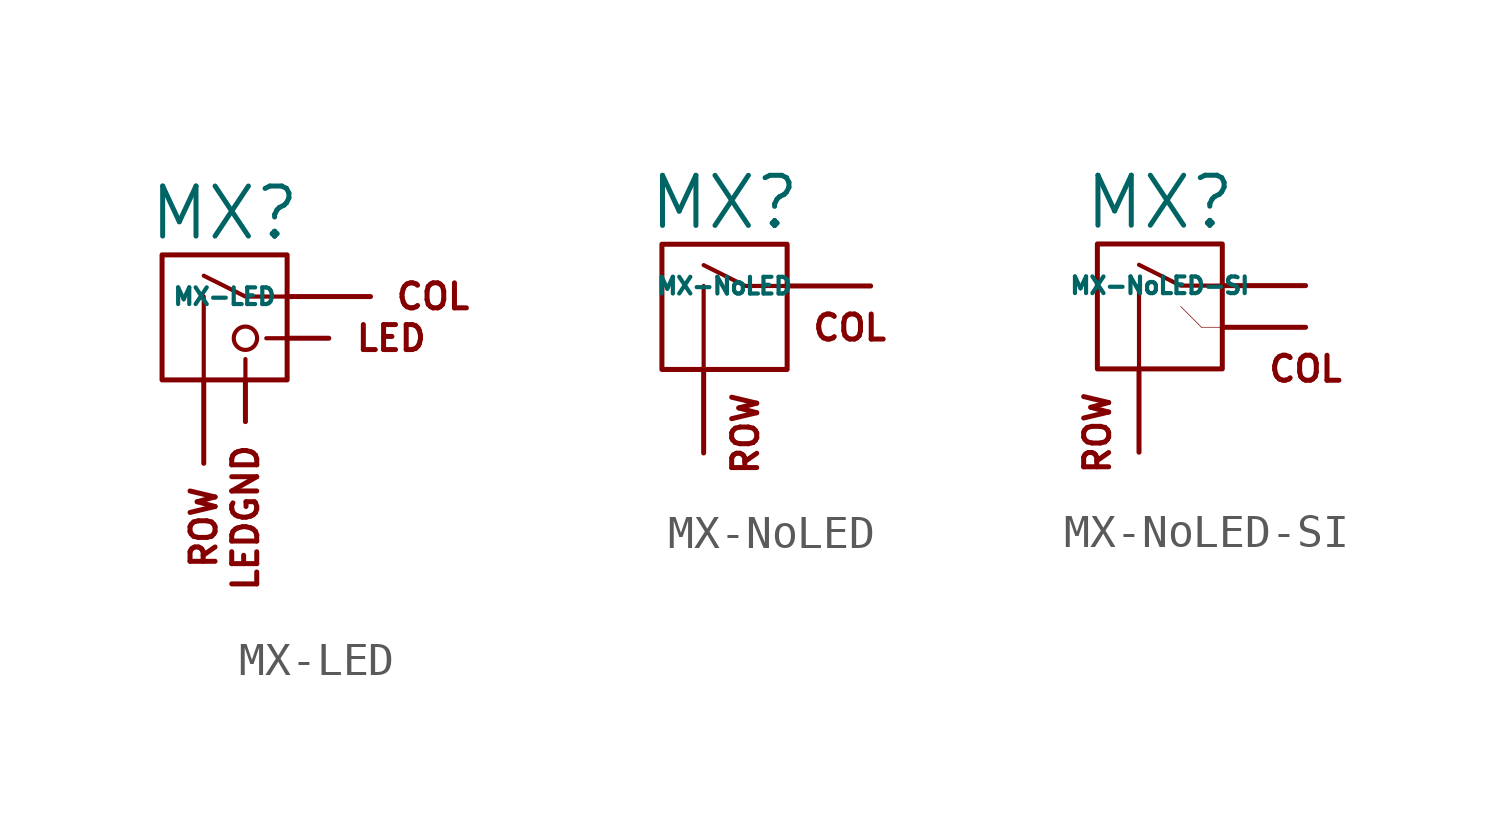
<source format=kicad_sym>
(kicad_symbol_lib
  (version 20201005)
  (generator kicad_symbol_editor)
  (symbol "MX_Alps_Hybrid:MX-LED"
    (pin_names
      (offset 1.016))
    (property "Reference" "MX"
      (at -0.635 3.81 0)
      (effects (font (size 1.524 1.524))))
    (property "Value" "MX-LED"
      (at -0.635 1.27 0)
      (effects (font (size 0.508 0.508))))
    (symbol "MX-LED_0_0"
      (circle (center 0 0) (radius 0.356) (stroke (width 0.127)) (fill (type none)))
      (text "COL" (at 5.715 1.27 0) (effects (font (size 0.762 0.762))))
      (text "LED" (at 4.445 0 0) (effects (font (size 0.762 0.762))))
      (text "ROW" (at -1.27 -4.445 900) (effects (font (size 0.762 0.762)) (justify right)))
      (rectangle (start -2.54 2.54) (end 1.27 -1.27) (stroke (width 0)) (fill (type none)))
      (polyline (pts (xy 1.27 0) (xy 0.635 0)) (stroke (width 0.127)) (fill (type none)))
      (polyline (pts (xy 0 -1.27) (xy 0 -0.635)) (stroke (width 0.127)) (fill (type none)))
      (polyline (pts (xy -1.27 -1.27) (xy -1.27 1.27)) (stroke (width 0.127)) (fill (type none)))
      (polyline (pts (xy 1.27 1.27) (xy 0 1.27) (xy -1.27 1.905)) (stroke (width 0.127)) (fill (type none))))
    (symbol "MX-LED_1_0"
      (text "LEDGND" (at 0 -3.175 900) (effects (font (size 0.762 0.762)) (justify right))))
    (symbol "MX-LED_1_1"
      (pin passive line (at 3.81 1.27 180) (length 2.54) (name "COL" (effects (font (size 0 0)))) (number "1" (effects (font (size 0 0)))))
      (pin passive line (at -1.27 -3.81 90) (length 2.54) (name "ROW" (effects (font (size 0 0)))) (number "2" (effects (font (size 0 0)))))
      (pin input line (at 2.54 0 180) (length 1.27) (name "LED" (effects (font (size 0 0)))) (number "3" (effects (font (size 0 0)))))
      (pin passive line (at 0 -2.54 90) (length 1.27) (name "LEDGND" (effects (font (size 0 0)))) (number "4" (effects (font (size 0 0)))))))
  (symbol "MX_Alps_Hybrid:MX-NoLED"
    (pin_names
      (offset 1.016))
    (property "Reference" "MX"
      (at -0.635 3.81 0)
      (effects (font (size 1.524 1.524))))
    (property "Value" "MX-NoLED"
      (at -0.635 1.27 0)
      (effects (font (size 0.508 0.508))))
    (symbol "MX-NoLED_0_0"
      (text "COL" (at 3.175 0 0) (effects (font (size 0.762 0.762))))
      (text "ROW" (at 0 -1.905 900) (effects (font (size 0.762 0.762)) (justify right)))
      (rectangle (start -2.54 2.54) (end 1.27 -1.27) (stroke (width 0)) (fill (type none)))
      (polyline (pts (xy -1.27 -1.27) (xy -1.27 1.27)) (stroke (width 0.127)) (fill (type none)))
      (polyline (pts (xy 1.27 1.27) (xy 0 1.27) (xy -1.27 1.905)) (stroke (width 0.127)) (fill (type none))))
    (symbol "MX-NoLED_1_1"
      (pin passive line (at 3.81 1.27 180) (length 2.54) (name "COL" (effects (font (size 0 0)))) (number "1" (effects (font (size 0 0)))))
      (pin passive line (at -1.27 -3.81 90) (length 2.54) (name "ROW" (effects (font (size 0 0)))) (number "2" (effects (font (size 0 0)))))))
  (symbol "MX_Alps_Hybrid:MX-NoLED-SI"
    (pin_names
      (offset 1.016))
    (property "Reference" "MX"
      (at -0.635 3.81 0)
      (effects (font (size 1.524 1.524))))
    (property "Value" "MX-NoLED-SI"
      (at -0.635 1.27 0)
      (effects (font (size 0.508 0.508))))
    (symbol "MX-NoLED-SI_0_0"
      (text "COL" (at 3.81 -1.27 0) (effects (font (size 0.762 0.762))))
      (text "ROW" (at -2.54 -1.905 900) (effects (font (size 0.762 0.762)) (justify right)))
      (rectangle (start -2.54 2.54) (end 1.27 -1.27) (stroke (width 0)) (fill (type none)))
      (polyline (pts (xy -1.27 -1.27) (xy -1.27 1.27)) (stroke (width 0.127)) (fill (type none)))
      (polyline (pts (xy 1.27 1.27) (xy 0 1.27) (xy -1.27 1.905)) (stroke (width 0.127)) (fill (type none))))
    (symbol "MX-NoLED-SI_0_1"
      (polyline (pts (xy 1.27 0) (xy 0.635 0)) (stroke (width 0.001)) (fill (type none)))
      (polyline (pts (xy 0.635 0) (xy 0 0.635)) (stroke (width 0.001)) (fill (type none))))
    (symbol "MX-NoLED-SI_1_1"
      (pin passive line (at 3.81 1.27 180) (length 2.54) (name "COL" (effects (font (size 0 0)))) (number "1" (effects (font (size 0 0)))))
      (pin passive line (at -1.27 -3.81 90) (length 2.54) (name "ROW" (effects (font (size 0 0)))) (number "2" (effects (font (size 0 0)))))
      (pin passive line (at 3.81 0 180) (length 2.54) (name "" (effects (font (size 1.27 1.27)))) (number "" (effects (font (size 1.27 1.27))))))))
</source>
